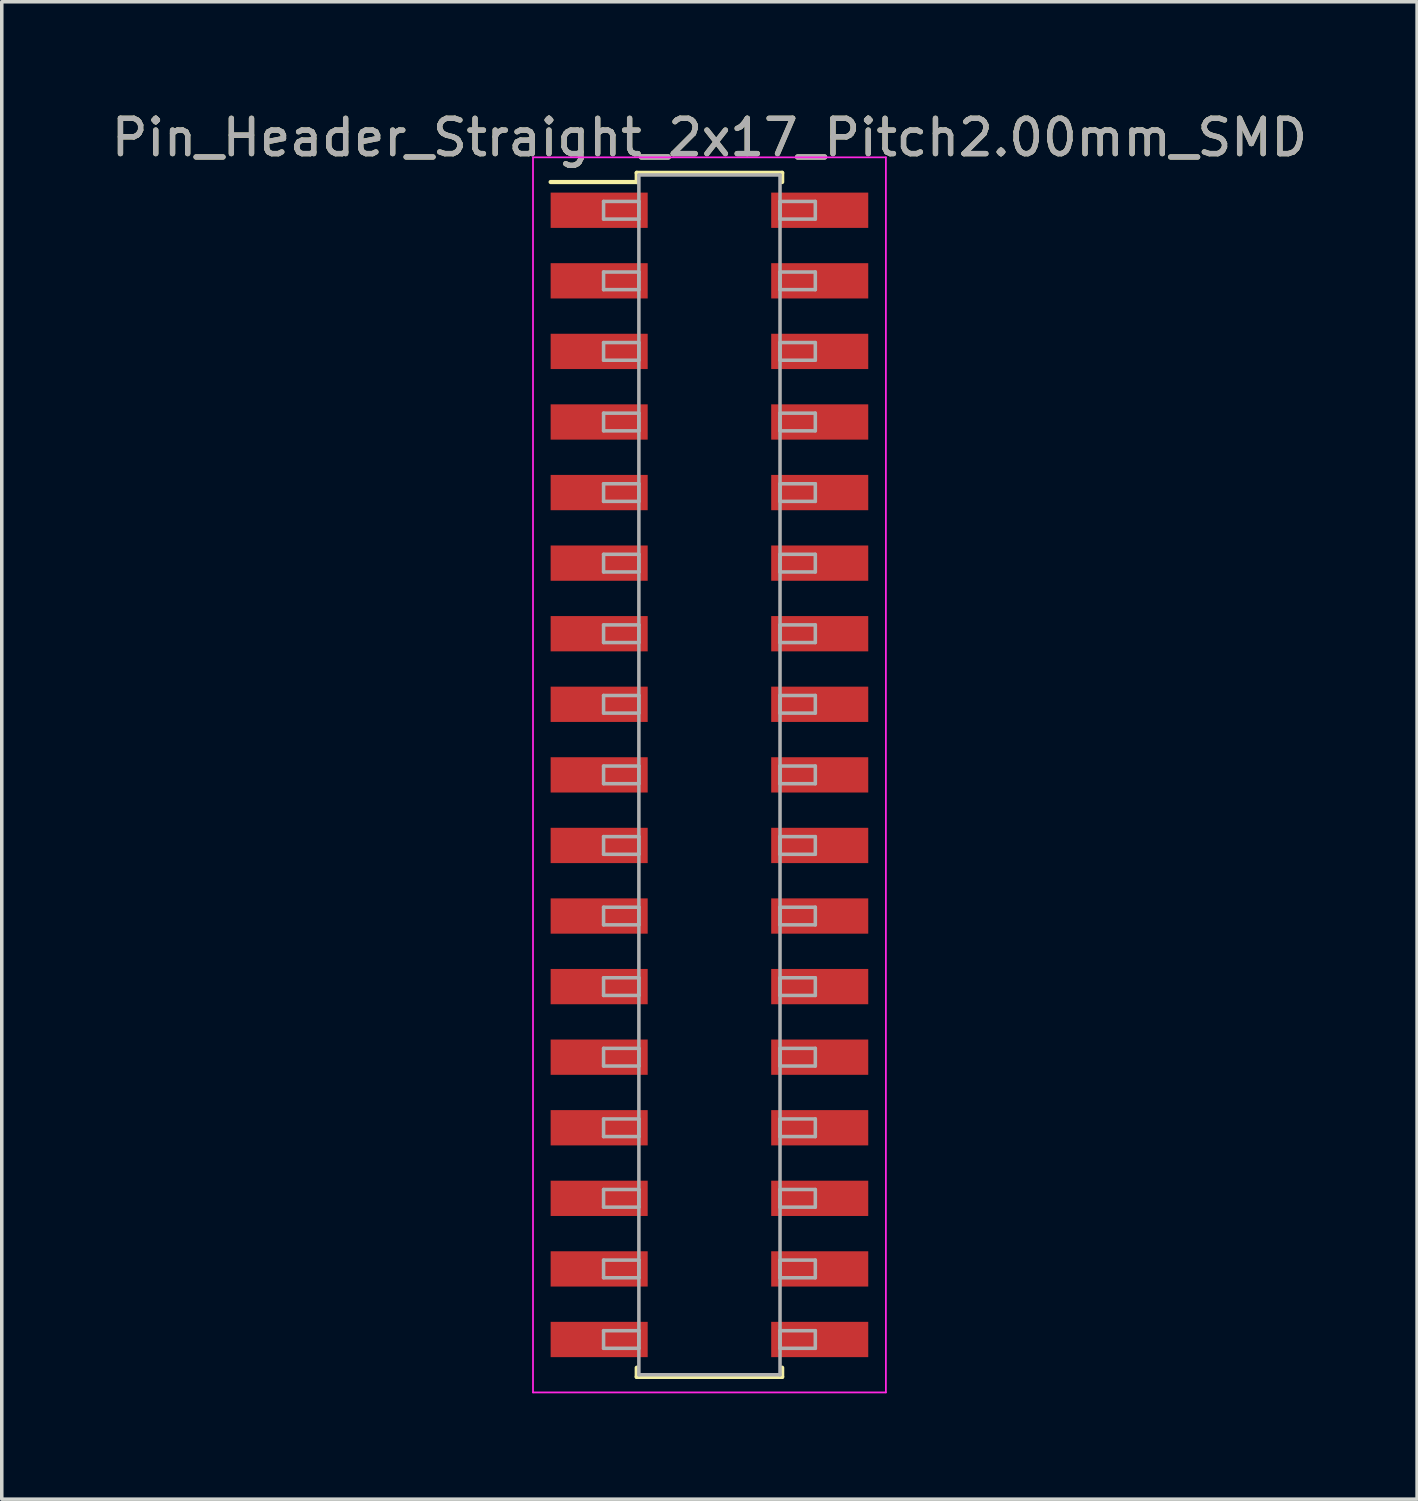
<source format=kicad_pcb>
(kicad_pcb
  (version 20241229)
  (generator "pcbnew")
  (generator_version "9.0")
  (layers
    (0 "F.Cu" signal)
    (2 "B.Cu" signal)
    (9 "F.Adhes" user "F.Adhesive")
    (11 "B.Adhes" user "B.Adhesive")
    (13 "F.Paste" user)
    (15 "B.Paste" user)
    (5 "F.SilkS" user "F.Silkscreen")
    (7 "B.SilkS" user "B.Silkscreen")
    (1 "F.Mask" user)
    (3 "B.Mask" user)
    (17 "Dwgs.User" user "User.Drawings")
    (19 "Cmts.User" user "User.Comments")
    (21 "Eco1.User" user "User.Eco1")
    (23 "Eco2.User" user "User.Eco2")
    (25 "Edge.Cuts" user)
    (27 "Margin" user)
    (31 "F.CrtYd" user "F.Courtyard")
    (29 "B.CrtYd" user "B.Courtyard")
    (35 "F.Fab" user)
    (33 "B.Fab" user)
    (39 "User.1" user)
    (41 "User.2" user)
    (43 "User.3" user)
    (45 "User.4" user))
  (footprint "Pin_Header_Straight_2x17_Pitch2.00mm_SMD"
    (layer "F.Cu")
    (at 17.054 18.908)
    (property "Reference" "Pin_Header_Straight_2x17_Pitch2.00mm_SMD" (at 0 -18.06 0) (layer "F.SilkS") (effects (font (size 1 1) (thickness 0.15))))
    (attr smd)
    (fp_line (start -4.5 -16.8) (end -2.06 -16.8) (stroke (width 0.12) (type solid)) (layer "F.SilkS"))
    (fp_line (start -2.06 -17.06) (end 2.06 -17.06) (stroke (width 0.12) (type solid)) (layer "F.SilkS"))
    (fp_line (start -2.06 -16.8) (end -2.06 -17.06) (stroke (width 0.12) (type solid)) (layer "F.SilkS"))
    (fp_line (start -2.06 16.8) (end -2.06 17.06) (stroke (width 0.12) (type solid)) (layer "F.SilkS"))
    (fp_line (start -2.06 17.06) (end 2.06 17.06) (stroke (width 0.12) (type solid)) (layer "F.SilkS"))
    (fp_line (start 2.06 -17.06) (end 2.06 -16.8) (stroke (width 0.12) (type solid)) (layer "F.SilkS"))
    (fp_line (start 2.06 17.06) (end 2.06 16.8) (stroke (width 0.12) (type solid)) (layer "F.SilkS"))
    (fp_line (start -5 -17.5) (end -5 17.5) (stroke (width 0.05) (type solid)) (layer "F.CrtYd"))
    (fp_line (start -5 17.5) (end 5 17.5) (stroke (width 0.05) (type solid)) (layer "F.CrtYd"))
    (fp_line (start 5 -17.5) (end -5 -17.5) (stroke (width 0.05) (type solid)) (layer "F.CrtYd"))
    (fp_line (start 5 17.5) (end 5 -17.5) (stroke (width 0.05) (type solid)) (layer "F.CrtYd"))
    (fp_line (start -3 -16.25) (end -2 -16.25) (stroke (width 0.1) (type solid)) (layer "F.Fab"))
    (fp_line (start -3 -15.75) (end -3 -16.25) (stroke (width 0.1) (type solid)) (layer "F.Fab"))
    (fp_line (start -3 -14.25) (end -2 -14.25) (stroke (width 0.1) (type solid)) (layer "F.Fab"))
    (fp_line (start -3 -13.75) (end -3 -14.25) (stroke (width 0.1) (type solid)) (layer "F.Fab"))
    (fp_line (start -3 -12.25) (end -2 -12.25) (stroke (width 0.1) (type solid)) (layer "F.Fab"))
    (fp_line (start -3 -11.75) (end -3 -12.25) (stroke (width 0.1) (type solid)) (layer "F.Fab"))
    (fp_line (start -3 -10.25) (end -2 -10.25) (stroke (width 0.1) (type solid)) (layer "F.Fab"))
    (fp_line (start -3 -9.75) (end -3 -10.25) (stroke (width 0.1) (type solid)) (layer "F.Fab"))
    (fp_line (start -3 -8.25) (end -2 -8.25) (stroke (width 0.1) (type solid)) (layer "F.Fab"))
    (fp_line (start -3 -7.75) (end -3 -8.25) (stroke (width 0.1) (type solid)) (layer "F.Fab"))
    (fp_line (start -3 -6.25) (end -2 -6.25) (stroke (width 0.1) (type solid)) (layer "F.Fab"))
    (fp_line (start -3 -5.75) (end -3 -6.25) (stroke (width 0.1) (type solid)) (layer "F.Fab"))
    (fp_line (start -3 -4.25) (end -2 -4.25) (stroke (width 0.1) (type solid)) (layer "F.Fab"))
    (fp_line (start -3 -3.75) (end -3 -4.25) (stroke (width 0.1) (type solid)) (layer "F.Fab"))
    (fp_line (start -3 -2.25) (end -2 -2.25) (stroke (width 0.1) (type solid)) (layer "F.Fab"))
    (fp_line (start -3 -1.75) (end -3 -2.25) (stroke (width 0.1) (type solid)) (layer "F.Fab"))
    (fp_line (start -3 -0.25) (end -2 -0.25) (stroke (width 0.1) (type solid)) (layer "F.Fab"))
    (fp_line (start -3 0.25) (end -3 -0.25) (stroke (width 0.1) (type solid)) (layer "F.Fab"))
    (fp_line (start -3 1.75) (end -2 1.75) (stroke (width 0.1) (type solid)) (layer "F.Fab"))
    (fp_line (start -3 2.25) (end -3 1.75) (stroke (width 0.1) (type solid)) (layer "F.Fab"))
    (fp_line (start -3 3.75) (end -2 3.75) (stroke (width 0.1) (type solid)) (layer "F.Fab"))
    (fp_line (start -3 4.25) (end -3 3.75) (stroke (width 0.1) (type solid)) (layer "F.Fab"))
    (fp_line (start -3 5.75) (end -2 5.75) (stroke (width 0.1) (type solid)) (layer "F.Fab"))
    (fp_line (start -3 6.25) (end -3 5.75) (stroke (width 0.1) (type solid)) (layer "F.Fab"))
    (fp_line (start -3 7.75) (end -2 7.75) (stroke (width 0.1) (type solid)) (layer "F.Fab"))
    (fp_line (start -3 8.25) (end -3 7.75) (stroke (width 0.1) (type solid)) (layer "F.Fab"))
    (fp_line (start -3 9.75) (end -2 9.75) (stroke (width 0.1) (type solid)) (layer "F.Fab"))
    (fp_line (start -3 10.25) (end -3 9.75) (stroke (width 0.1) (type solid)) (layer "F.Fab"))
    (fp_line (start -3 11.75) (end -2 11.75) (stroke (width 0.1) (type solid)) (layer "F.Fab"))
    (fp_line (start -3 12.25) (end -3 11.75) (stroke (width 0.1) (type solid)) (layer "F.Fab"))
    (fp_line (start -3 13.75) (end -2 13.75) (stroke (width 0.1) (type solid)) (layer "F.Fab"))
    (fp_line (start -3 14.25) (end -3 13.75) (stroke (width 0.1) (type solid)) (layer "F.Fab"))
    (fp_line (start -3 15.75) (end -2 15.75) (stroke (width 0.1) (type solid)) (layer "F.Fab"))
    (fp_line (start -3 16.25) (end -3 15.75) (stroke (width 0.1) (type solid)) (layer "F.Fab"))
    (fp_line (start -2 -17) (end -2 17) (stroke (width 0.1) (type solid)) (layer "F.Fab"))
    (fp_line (start -2 -16.25) (end -2 -15.75) (stroke (width 0.1) (type solid)) (layer "F.Fab"))
    (fp_line (start -2 -15.75) (end -3 -15.75) (stroke (width 0.1) (type solid)) (layer "F.Fab"))
    (fp_line (start -2 -14.25) (end -2 -13.75) (stroke (width 0.1) (type solid)) (layer "F.Fab"))
    (fp_line (start -2 -13.75) (end -3 -13.75) (stroke (width 0.1) (type solid)) (layer "F.Fab"))
    (fp_line (start -2 -12.25) (end -2 -11.75) (stroke (width 0.1) (type solid)) (layer "F.Fab"))
    (fp_line (start -2 -11.75) (end -3 -11.75) (stroke (width 0.1) (type solid)) (layer "F.Fab"))
    (fp_line (start -2 -10.25) (end -2 -9.75) (stroke (width 0.1) (type solid)) (layer "F.Fab"))
    (fp_line (start -2 -9.75) (end -3 -9.75) (stroke (width 0.1) (type solid)) (layer "F.Fab"))
    (fp_line (start -2 -8.25) (end -2 -7.75) (stroke (width 0.1) (type solid)) (layer "F.Fab"))
    (fp_line (start -2 -7.75) (end -3 -7.75) (stroke (width 0.1) (type solid)) (layer "F.Fab"))
    (fp_line (start -2 -6.25) (end -2 -5.75) (stroke (width 0.1) (type solid)) (layer "F.Fab"))
    (fp_line (start -2 -5.75) (end -3 -5.75) (stroke (width 0.1) (type solid)) (layer "F.Fab"))
    (fp_line (start -2 -4.25) (end -2 -3.75) (stroke (width 0.1) (type solid)) (layer "F.Fab"))
    (fp_line (start -2 -3.75) (end -3 -3.75) (stroke (width 0.1) (type solid)) (layer "F.Fab"))
    (fp_line (start -2 -2.25) (end -2 -1.75) (stroke (width 0.1) (type solid)) (layer "F.Fab"))
    (fp_line (start -2 -1.75) (end -3 -1.75) (stroke (width 0.1) (type solid)) (layer "F.Fab"))
    (fp_line (start -2 -0.25) (end -2 0.25) (stroke (width 0.1) (type solid)) (layer "F.Fab"))
    (fp_line (start -2 0.25) (end -3 0.25) (stroke (width 0.1) (type solid)) (layer "F.Fab"))
    (fp_line (start -2 1.75) (end -2 2.25) (stroke (width 0.1) (type solid)) (layer "F.Fab"))
    (fp_line (start -2 2.25) (end -3 2.25) (stroke (width 0.1) (type solid)) (layer "F.Fab"))
    (fp_line (start -2 3.75) (end -2 4.25) (stroke (width 0.1) (type solid)) (layer "F.Fab"))
    (fp_line (start -2 4.25) (end -3 4.25) (stroke (width 0.1) (type solid)) (layer "F.Fab"))
    (fp_line (start -2 5.75) (end -2 6.25) (stroke (width 0.1) (type solid)) (layer "F.Fab"))
    (fp_line (start -2 6.25) (end -3 6.25) (stroke (width 0.1) (type solid)) (layer "F.Fab"))
    (fp_line (start -2 7.75) (end -2 8.25) (stroke (width 0.1) (type solid)) (layer "F.Fab"))
    (fp_line (start -2 8.25) (end -3 8.25) (stroke (width 0.1) (type solid)) (layer "F.Fab"))
    (fp_line (start -2 9.75) (end -2 10.25) (stroke (width 0.1) (type solid)) (layer "F.Fab"))
    (fp_line (start -2 10.25) (end -3 10.25) (stroke (width 0.1) (type solid)) (layer "F.Fab"))
    (fp_line (start -2 11.75) (end -2 12.25) (stroke (width 0.1) (type solid)) (layer "F.Fab"))
    (fp_line (start -2 12.25) (end -3 12.25) (stroke (width 0.1) (type solid)) (layer "F.Fab"))
    (fp_line (start -2 13.75) (end -2 14.25) (stroke (width 0.1) (type solid)) (layer "F.Fab"))
    (fp_line (start -2 14.25) (end -3 14.25) (stroke (width 0.1) (type solid)) (layer "F.Fab"))
    (fp_line (start -2 15.75) (end -2 16.25) (stroke (width 0.1) (type solid)) (layer "F.Fab"))
    (fp_line (start -2 16.25) (end -3 16.25) (stroke (width 0.1) (type solid)) (layer "F.Fab"))
    (fp_line (start -2 17) (end 2 17) (stroke (width 0.1) (type solid)) (layer "F.Fab"))
    (fp_line (start 2 -17) (end -2 -17) (stroke (width 0.1) (type solid)) (layer "F.Fab"))
    (fp_line (start 2 -16.25) (end 2 -15.75) (stroke (width 0.1) (type solid)) (layer "F.Fab"))
    (fp_line (start 2 -15.75) (end 3 -15.75) (stroke (width 0.1) (type solid)) (layer "F.Fab"))
    (fp_line (start 2 -14.25) (end 2 -13.75) (stroke (width 0.1) (type solid)) (layer "F.Fab"))
    (fp_line (start 2 -13.75) (end 3 -13.75) (stroke (width 0.1) (type solid)) (layer "F.Fab"))
    (fp_line (start 2 -12.25) (end 2 -11.75) (stroke (width 0.1) (type solid)) (layer "F.Fab"))
    (fp_line (start 2 -11.75) (end 3 -11.75) (stroke (width 0.1) (type solid)) (layer "F.Fab"))
    (fp_line (start 2 -10.25) (end 2 -9.75) (stroke (width 0.1) (type solid)) (layer "F.Fab"))
    (fp_line (start 2 -9.75) (end 3 -9.75) (stroke (width 0.1) (type solid)) (layer "F.Fab"))
    (fp_line (start 2 -8.25) (end 2 -7.75) (stroke (width 0.1) (type solid)) (layer "F.Fab"))
    (fp_line (start 2 -7.75) (end 3 -7.75) (stroke (width 0.1) (type solid)) (layer "F.Fab"))
    (fp_line (start 2 -6.25) (end 2 -5.75) (stroke (width 0.1) (type solid)) (layer "F.Fab"))
    (fp_line (start 2 -5.75) (end 3 -5.75) (stroke (width 0.1) (type solid)) (layer "F.Fab"))
    (fp_line (start 2 -4.25) (end 2 -3.75) (stroke (width 0.1) (type solid)) (layer "F.Fab"))
    (fp_line (start 2 -3.75) (end 3 -3.75) (stroke (width 0.1) (type solid)) (layer "F.Fab"))
    (fp_line (start 2 -2.25) (end 2 -1.75) (stroke (width 0.1) (type solid)) (layer "F.Fab"))
    (fp_line (start 2 -1.75) (end 3 -1.75) (stroke (width 0.1) (type solid)) (layer "F.Fab"))
    (fp_line (start 2 -0.25) (end 2 0.25) (stroke (width 0.1) (type solid)) (layer "F.Fab"))
    (fp_line (start 2 0.25) (end 3 0.25) (stroke (width 0.1) (type solid)) (layer "F.Fab"))
    (fp_line (start 2 1.75) (end 2 2.25) (stroke (width 0.1) (type solid)) (layer "F.Fab"))
    (fp_line (start 2 2.25) (end 3 2.25) (stroke (width 0.1) (type solid)) (layer "F.Fab"))
    (fp_line (start 2 3.75) (end 2 4.25) (stroke (width 0.1) (type solid)) (layer "F.Fab"))
    (fp_line (start 2 4.25) (end 3 4.25) (stroke (width 0.1) (type solid)) (layer "F.Fab"))
    (fp_line (start 2 5.75) (end 2 6.25) (stroke (width 0.1) (type solid)) (layer "F.Fab"))
    (fp_line (start 2 6.25) (end 3 6.25) (stroke (width 0.1) (type solid)) (layer "F.Fab"))
    (fp_line (start 2 7.75) (end 2 8.25) (stroke (width 0.1) (type solid)) (layer "F.Fab"))
    (fp_line (start 2 8.25) (end 3 8.25) (stroke (width 0.1) (type solid)) (layer "F.Fab"))
    (fp_line (start 2 9.75) (end 2 10.25) (stroke (width 0.1) (type solid)) (layer "F.Fab"))
    (fp_line (start 2 10.25) (end 3 10.25) (stroke (width 0.1) (type solid)) (layer "F.Fab"))
    (fp_line (start 2 11.75) (end 2 12.25) (stroke (width 0.1) (type solid)) (layer "F.Fab"))
    (fp_line (start 2 12.25) (end 3 12.25) (stroke (width 0.1) (type solid)) (layer "F.Fab"))
    (fp_line (start 2 13.75) (end 2 14.25) (stroke (width 0.1) (type solid)) (layer "F.Fab"))
    (fp_line (start 2 14.25) (end 3 14.25) (stroke (width 0.1) (type solid)) (layer "F.Fab"))
    (fp_line (start 2 15.75) (end 2 16.25) (stroke (width 0.1) (type solid)) (layer "F.Fab"))
    (fp_line (start 2 16.25) (end 3 16.25) (stroke (width 0.1) (type solid)) (layer "F.Fab"))
    (fp_line (start 2 17) (end 2 -17) (stroke (width 0.1) (type solid)) (layer "F.Fab"))
    (fp_line (start 3 -16.25) (end 2 -16.25) (stroke (width 0.1) (type solid)) (layer "F.Fab"))
    (fp_line (start 3 -15.75) (end 3 -16.25) (stroke (width 0.1) (type solid)) (layer "F.Fab"))
    (fp_line (start 3 -14.25) (end 2 -14.25) (stroke (width 0.1) (type solid)) (layer "F.Fab"))
    (fp_line (start 3 -13.75) (end 3 -14.25) (stroke (width 0.1) (type solid)) (layer "F.Fab"))
    (fp_line (start 3 -12.25) (end 2 -12.25) (stroke (width 0.1) (type solid)) (layer "F.Fab"))
    (fp_line (start 3 -11.75) (end 3 -12.25) (stroke (width 0.1) (type solid)) (layer "F.Fab"))
    (fp_line (start 3 -10.25) (end 2 -10.25) (stroke (width 0.1) (type solid)) (layer "F.Fab"))
    (fp_line (start 3 -9.75) (end 3 -10.25) (stroke (width 0.1) (type solid)) (layer "F.Fab"))
    (fp_line (start 3 -8.25) (end 2 -8.25) (stroke (width 0.1) (type solid)) (layer "F.Fab"))
    (fp_line (start 3 -7.75) (end 3 -8.25) (stroke (width 0.1) (type solid)) (layer "F.Fab"))
    (fp_line (start 3 -6.25) (end 2 -6.25) (stroke (width 0.1) (type solid)) (layer "F.Fab"))
    (fp_line (start 3 -5.75) (end 3 -6.25) (stroke (width 0.1) (type solid)) (layer "F.Fab"))
    (fp_line (start 3 -4.25) (end 2 -4.25) (stroke (width 0.1) (type solid)) (layer "F.Fab"))
    (fp_line (start 3 -3.75) (end 3 -4.25) (stroke (width 0.1) (type solid)) (layer "F.Fab"))
    (fp_line (start 3 -2.25) (end 2 -2.25) (stroke (width 0.1) (type solid)) (layer "F.Fab"))
    (fp_line (start 3 -1.75) (end 3 -2.25) (stroke (width 0.1) (type solid)) (layer "F.Fab"))
    (fp_line (start 3 -0.25) (end 2 -0.25) (stroke (width 0.1) (type solid)) (layer "F.Fab"))
    (fp_line (start 3 0.25) (end 3 -0.25) (stroke (width 0.1) (type solid)) (layer "F.Fab"))
    (fp_line (start 3 1.75) (end 2 1.75) (stroke (width 0.1) (type solid)) (layer "F.Fab"))
    (fp_line (start 3 2.25) (end 3 1.75) (stroke (width 0.1) (type solid)) (layer "F.Fab"))
    (fp_line (start 3 3.75) (end 2 3.75) (stroke (width 0.1) (type solid)) (layer "F.Fab"))
    (fp_line (start 3 4.25) (end 3 3.75) (stroke (width 0.1) (type solid)) (layer "F.Fab"))
    (fp_line (start 3 5.75) (end 2 5.75) (stroke (width 0.1) (type solid)) (layer "F.Fab"))
    (fp_line (start 3 6.25) (end 3 5.75) (stroke (width 0.1) (type solid)) (layer "F.Fab"))
    (fp_line (start 3 7.75) (end 2 7.75) (stroke (width 0.1) (type solid)) (layer "F.Fab"))
    (fp_line (start 3 8.25) (end 3 7.75) (stroke (width 0.1) (type solid)) (layer "F.Fab"))
    (fp_line (start 3 9.75) (end 2 9.75) (stroke (width 0.1) (type solid)) (layer "F.Fab"))
    (fp_line (start 3 10.25) (end 3 9.75) (stroke (width 0.1) (type solid)) (layer "F.Fab"))
    (fp_line (start 3 11.75) (end 2 11.75) (stroke (width 0.1) (type solid)) (layer "F.Fab"))
    (fp_line (start 3 12.25) (end 3 11.75) (stroke (width 0.1) (type solid)) (layer "F.Fab"))
    (fp_line (start 3 13.75) (end 2 13.75) (stroke (width 0.1) (type solid)) (layer "F.Fab"))
    (fp_line (start 3 14.25) (end 3 13.75) (stroke (width 0.1) (type solid)) (layer "F.Fab"))
    (fp_line (start 3 15.75) (end 2 15.75) (stroke (width 0.1) (type solid)) (layer "F.Fab"))
    (fp_line (start 3 16.25) (end 3 15.75) (stroke (width 0.1) (type solid)) (layer "F.Fab"))
    (fp_text user "${REFERENCE}" (at 0 -18.06 0) (layer "F.Fab") (effects (font (size 1 1) (thickness 0.15))))
    (pad "1" smd rect (at -3.125 -16) (size 2.75 1) (layers "F.Cu" "F.Mask" "F.Paste"))
    (pad "2" smd rect (at 3.125 -16) (size 2.75 1) (layers "F.Cu" "F.Mask" "F.Paste"))
    (pad "3" smd rect (at -3.125 -14) (size 2.75 1) (layers "F.Cu" "F.Mask" "F.Paste"))
    (pad "4" smd rect (at 3.125 -14) (size 2.75 1) (layers "F.Cu" "F.Mask" "F.Paste"))
    (pad "5" smd rect (at -3.125 -12) (size 2.75 1) (layers "F.Cu" "F.Mask" "F.Paste"))
    (pad "6" smd rect (at 3.125 -12) (size 2.75 1) (layers "F.Cu" "F.Mask" "F.Paste"))
    (pad "7" smd rect (at -3.125 -10) (size 2.75 1) (layers "F.Cu" "F.Mask" "F.Paste"))
    (pad "8" smd rect (at 3.125 -10) (size 2.75 1) (layers "F.Cu" "F.Mask" "F.Paste"))
    (pad "9" smd rect (at -3.125 -8) (size 2.75 1) (layers "F.Cu" "F.Mask" "F.Paste"))
    (pad "10" smd rect (at 3.125 -8) (size 2.75 1) (layers "F.Cu" "F.Mask" "F.Paste"))
    (pad "11" smd rect (at -3.125 -6) (size 2.75 1) (layers "F.Cu" "F.Mask" "F.Paste"))
    (pad "12" smd rect (at 3.125 -6) (size 2.75 1) (layers "F.Cu" "F.Mask" "F.Paste"))
    (pad "13" smd rect (at -3.125 -4) (size 2.75 1) (layers "F.Cu" "F.Mask" "F.Paste"))
    (pad "14" smd rect (at 3.125 -4) (size 2.75 1) (layers "F.Cu" "F.Mask" "F.Paste"))
    (pad "15" smd rect (at -3.125 -2) (size 2.75 1) (layers "F.Cu" "F.Mask" "F.Paste"))
    (pad "16" smd rect (at 3.125 -2) (size 2.75 1) (layers "F.Cu" "F.Mask" "F.Paste"))
    (pad "17" smd rect (at -3.125 0) (size 2.75 1) (layers "F.Cu" "F.Mask" "F.Paste"))
    (pad "18" smd rect (at 3.125 0) (size 2.75 1) (layers "F.Cu" "F.Mask" "F.Paste"))
    (pad "19" smd rect (at -3.125 2) (size 2.75 1) (layers "F.Cu" "F.Mask" "F.Paste"))
    (pad "20" smd rect (at 3.125 2) (size 2.75 1) (layers "F.Cu" "F.Mask" "F.Paste"))
    (pad "21" smd rect (at -3.125 4) (size 2.75 1) (layers "F.Cu" "F.Mask" "F.Paste"))
    (pad "22" smd rect (at 3.125 4) (size 2.75 1) (layers "F.Cu" "F.Mask" "F.Paste"))
    (pad "23" smd rect (at -3.125 6) (size 2.75 1) (layers "F.Cu" "F.Mask" "F.Paste"))
    (pad "24" smd rect (at 3.125 6) (size 2.75 1) (layers "F.Cu" "F.Mask" "F.Paste"))
    (pad "25" smd rect (at -3.125 8) (size 2.75 1) (layers "F.Cu" "F.Mask" "F.Paste"))
    (pad "26" smd rect (at 3.125 8) (size 2.75 1) (layers "F.Cu" "F.Mask" "F.Paste"))
    (pad "27" smd rect (at -3.125 10) (size 2.75 1) (layers "F.Cu" "F.Mask" "F.Paste"))
    (pad "28" smd rect (at 3.125 10) (size 2.75 1) (layers "F.Cu" "F.Mask" "F.Paste"))
    (pad "29" smd rect (at -3.125 12) (size 2.75 1) (layers "F.Cu" "F.Mask" "F.Paste"))
    (pad "30" smd rect (at 3.125 12) (size 2.75 1) (layers "F.Cu" "F.Mask" "F.Paste"))
    (pad "31" smd rect (at -3.125 14) (size 2.75 1) (layers "F.Cu" "F.Mask" "F.Paste"))
    (pad "32" smd rect (at 3.125 14) (size 2.75 1) (layers "F.Cu" "F.Mask" "F.Paste"))
    (pad "33" smd rect (at -3.125 16) (size 2.75 1) (layers "F.Cu" "F.Mask" "F.Paste"))
    (pad "34" smd rect (at 3.125 16) (size 2.75 1) (layers "F.Cu" "F.Mask" "F.Paste")))
  (gr_rect
    (start -3 -3)
    (end 37.107 39.433)
    (stroke (width 0.1) (type default))
    (fill no)
    (layer "Edge.Cuts")))
</source>
